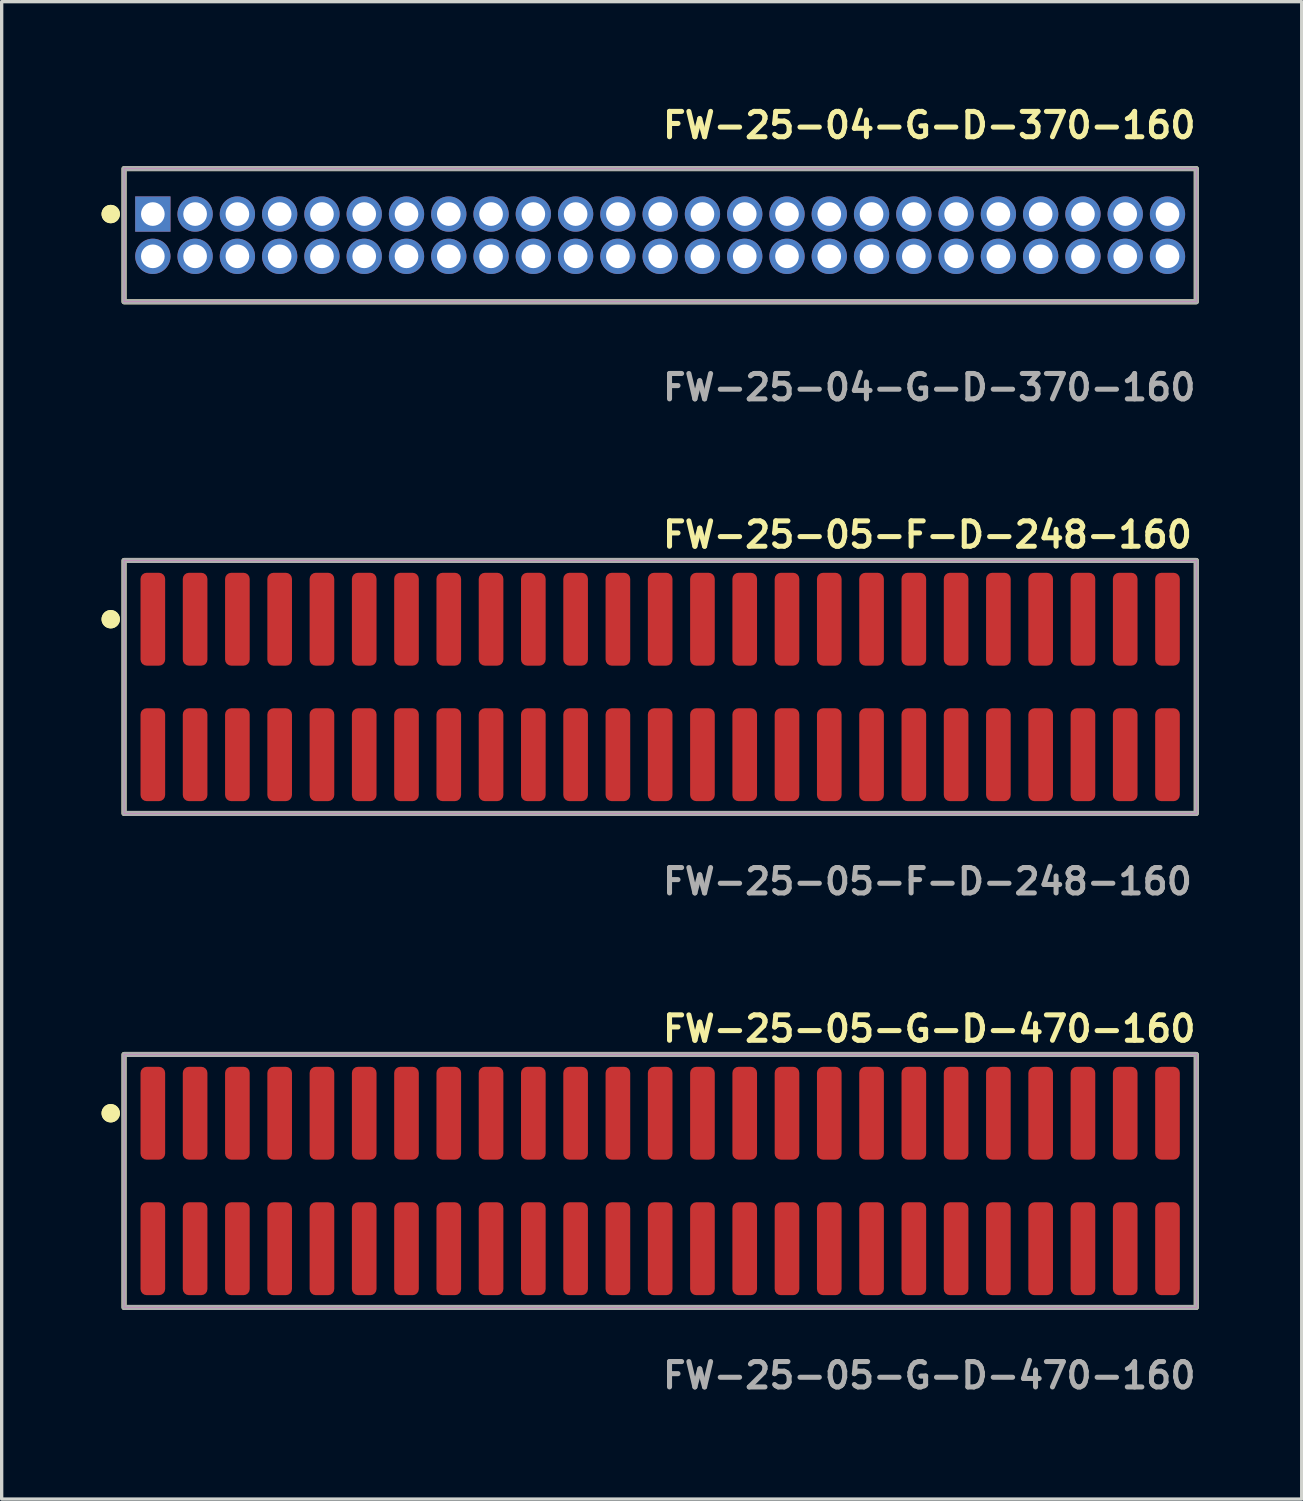
<source format=kicad_pcb>
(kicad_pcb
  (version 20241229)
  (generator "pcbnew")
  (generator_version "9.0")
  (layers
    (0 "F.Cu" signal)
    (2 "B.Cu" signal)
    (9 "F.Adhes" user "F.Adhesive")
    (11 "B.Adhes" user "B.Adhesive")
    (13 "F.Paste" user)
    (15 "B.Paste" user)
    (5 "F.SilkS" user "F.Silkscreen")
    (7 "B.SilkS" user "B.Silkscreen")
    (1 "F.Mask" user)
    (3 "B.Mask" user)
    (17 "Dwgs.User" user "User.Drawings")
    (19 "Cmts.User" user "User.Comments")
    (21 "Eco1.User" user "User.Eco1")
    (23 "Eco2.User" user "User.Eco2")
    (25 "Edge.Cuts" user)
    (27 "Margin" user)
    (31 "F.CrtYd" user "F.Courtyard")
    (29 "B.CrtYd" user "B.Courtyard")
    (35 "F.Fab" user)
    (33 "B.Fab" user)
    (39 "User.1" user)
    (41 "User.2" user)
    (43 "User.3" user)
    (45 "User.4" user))
  (footprint "FW-25-04-G-D-370-160"
    (layer "F.Cu")
    (at 16.781 4.015)
    (property "Reference" "FW-25-04-G-D-370-160" (at 0 -3.302 0) (unlocked yes) (layer "F.SilkS") (effects (font (size 0.762 0.762) (thickness 0.152)) (justify left)))
    (fp_rect (start -16.105 2) (end 16.105 -2) (stroke (width 0.152) (type solid)) (fill no) (layer "F.SilkS"))
    (fp_circle (center -16.505 -0.635) (end -16.705 -0.635) (stroke (width 0.152) (type solid)) (fill yes) (layer "F.SilkS"))
    (fp_circle (center -16.505 -0.635) (end -16.705 -0.635) (stroke (width 0.152) (type solid)) (fill yes) (layer "F.SilkS"))
    (fp_rect (start -16.105 2) (end 16.105 -2) (stroke (width 0.006) (type solid)) (fill no) (layer "F.CrtYd"))
    (fp_rect (start -16.105 2) (end 16.105 -2) (stroke (width 0.152) (type solid)) (fill no) (layer "F.Fab"))
    (fp_text user "${REFERENCE}" (at 0 4.572 0) (unlocked yes) (layer "F.Fab") (effects (font (size 0.762 0.762) (thickness 0.152)) (justify left)))
    (pad "1" thru_hole rect (at -15.24 -0.635) (size 1.06 1.06) (drill 0.71) (layers "*.Cu" "*.Mask"))
    (pad "2" thru_hole circle (at -15.24 0.635) (size 1.06 1.06) (drill 0.71) (layers "*.Cu" "*.Mask"))
    (pad "3" thru_hole circle (at -13.97 -0.635) (size 1.06 1.06) (drill 0.71) (layers "*.Cu" "*.Mask"))
    (pad "4" thru_hole circle (at -13.97 0.635) (size 1.06 1.06) (drill 0.71) (layers "*.Cu" "*.Mask"))
    (pad "5" thru_hole circle (at -12.7 -0.635) (size 1.06 1.06) (drill 0.71) (layers "*.Cu" "*.Mask"))
    (pad "6" thru_hole circle (at -12.7 0.635) (size 1.06 1.06) (drill 0.71) (layers "*.Cu" "*.Mask"))
    (pad "7" thru_hole circle (at -11.43 -0.635) (size 1.06 1.06) (drill 0.71) (layers "*.Cu" "*.Mask"))
    (pad "8" thru_hole circle (at -11.43 0.635) (size 1.06 1.06) (drill 0.71) (layers "*.Cu" "*.Mask"))
    (pad "9" thru_hole circle (at -10.16 -0.635) (size 1.06 1.06) (drill 0.71) (layers "*.Cu" "*.Mask"))
    (pad "10" thru_hole circle (at -10.16 0.635) (size 1.06 1.06) (drill 0.71) (layers "*.Cu" "*.Mask"))
    (pad "11" thru_hole circle (at -8.89 -0.635) (size 1.06 1.06) (drill 0.71) (layers "*.Cu" "*.Mask"))
    (pad "12" thru_hole circle (at -8.89 0.635) (size 1.06 1.06) (drill 0.71) (layers "*.Cu" "*.Mask"))
    (pad "13" thru_hole circle (at -7.62 -0.635) (size 1.06 1.06) (drill 0.71) (layers "*.Cu" "*.Mask"))
    (pad "14" thru_hole circle (at -7.62 0.635) (size 1.06 1.06) (drill 0.71) (layers "*.Cu" "*.Mask"))
    (pad "15" thru_hole circle (at -6.35 -0.635) (size 1.06 1.06) (drill 0.71) (layers "*.Cu" "*.Mask"))
    (pad "16" thru_hole circle (at -6.35 0.635) (size 1.06 1.06) (drill 0.71) (layers "*.Cu" "*.Mask"))
    (pad "17" thru_hole circle (at -5.08 -0.635) (size 1.06 1.06) (drill 0.71) (layers "*.Cu" "*.Mask"))
    (pad "18" thru_hole circle (at -5.08 0.635) (size 1.06 1.06) (drill 0.71) (layers "*.Cu" "*.Mask"))
    (pad "19" thru_hole circle (at -3.81 -0.635) (size 1.06 1.06) (drill 0.71) (layers "*.Cu" "*.Mask"))
    (pad "20" thru_hole circle (at -3.81 0.635) (size 1.06 1.06) (drill 0.71) (layers "*.Cu" "*.Mask"))
    (pad "21" thru_hole circle (at -2.54 -0.635) (size 1.06 1.06) (drill 0.71) (layers "*.Cu" "*.Mask"))
    (pad "22" thru_hole circle (at -2.54 0.635) (size 1.06 1.06) (drill 0.71) (layers "*.Cu" "*.Mask"))
    (pad "23" thru_hole circle (at -1.27 -0.635) (size 1.06 1.06) (drill 0.71) (layers "*.Cu" "*.Mask"))
    (pad "24" thru_hole circle (at -1.27 0.635) (size 1.06 1.06) (drill 0.71) (layers "*.Cu" "*.Mask"))
    (pad "25" thru_hole circle (at 0 -0.635) (size 1.06 1.06) (drill 0.71) (layers "*.Cu" "*.Mask"))
    (pad "26" thru_hole circle (at 0 0.635) (size 1.06 1.06) (drill 0.71) (layers "*.Cu" "*.Mask"))
    (pad "27" thru_hole circle (at 1.27 -0.635) (size 1.06 1.06) (drill 0.71) (layers "*.Cu" "*.Mask"))
    (pad "28" thru_hole circle (at 1.27 0.635) (size 1.06 1.06) (drill 0.71) (layers "*.Cu" "*.Mask"))
    (pad "29" thru_hole circle (at 2.54 -0.635) (size 1.06 1.06) (drill 0.71) (layers "*.Cu" "*.Mask"))
    (pad "30" thru_hole circle (at 2.54 0.635) (size 1.06 1.06) (drill 0.71) (layers "*.Cu" "*.Mask"))
    (pad "31" thru_hole circle (at 3.81 -0.635) (size 1.06 1.06) (drill 0.71) (layers "*.Cu" "*.Mask"))
    (pad "32" thru_hole circle (at 3.81 0.635) (size 1.06 1.06) (drill 0.71) (layers "*.Cu" "*.Mask"))
    (pad "33" thru_hole circle (at 5.08 -0.635) (size 1.06 1.06) (drill 0.71) (layers "*.Cu" "*.Mask"))
    (pad "34" thru_hole circle (at 5.08 0.635) (size 1.06 1.06) (drill 0.71) (layers "*.Cu" "*.Mask"))
    (pad "35" thru_hole circle (at 6.35 -0.635) (size 1.06 1.06) (drill 0.71) (layers "*.Cu" "*.Mask"))
    (pad "36" thru_hole circle (at 6.35 0.635) (size 1.06 1.06) (drill 0.71) (layers "*.Cu" "*.Mask"))
    (pad "37" thru_hole circle (at 7.62 -0.635) (size 1.06 1.06) (drill 0.71) (layers "*.Cu" "*.Mask"))
    (pad "38" thru_hole circle (at 7.62 0.635) (size 1.06 1.06) (drill 0.71) (layers "*.Cu" "*.Mask"))
    (pad "39" thru_hole circle (at 8.89 -0.635) (size 1.06 1.06) (drill 0.71) (layers "*.Cu" "*.Mask"))
    (pad "40" thru_hole circle (at 8.89 0.635) (size 1.06 1.06) (drill 0.71) (layers "*.Cu" "*.Mask"))
    (pad "41" thru_hole circle (at 10.16 -0.635) (size 1.06 1.06) (drill 0.71) (layers "*.Cu" "*.Mask"))
    (pad "42" thru_hole circle (at 10.16 0.635) (size 1.06 1.06) (drill 0.71) (layers "*.Cu" "*.Mask"))
    (pad "43" thru_hole circle (at 11.43 -0.635) (size 1.06 1.06) (drill 0.71) (layers "*.Cu" "*.Mask"))
    (pad "44" thru_hole circle (at 11.43 0.635) (size 1.06 1.06) (drill 0.71) (layers "*.Cu" "*.Mask"))
    (pad "45" thru_hole circle (at 12.7 -0.635) (size 1.06 1.06) (drill 0.71) (layers "*.Cu" "*.Mask"))
    (pad "46" thru_hole circle (at 12.7 0.635) (size 1.06 1.06) (drill 0.71) (layers "*.Cu" "*.Mask"))
    (pad "47" thru_hole circle (at 13.97 -0.635) (size 1.06 1.06) (drill 0.71) (layers "*.Cu" "*.Mask"))
    (pad "48" thru_hole circle (at 13.97 0.635) (size 1.06 1.06) (drill 0.71) (layers "*.Cu" "*.Mask"))
    (pad "49" thru_hole circle (at 15.24 -0.635) (size 1.06 1.06) (drill 0.71) (layers "*.Cu" "*.Mask"))
    (pad "50" thru_hole circle (at 15.24 0.635) (size 1.06 1.06) (drill 0.71) (layers "*.Cu" "*.Mask")))
  (footprint "FW-25-05-F-D-248-160"
    (layer "F.Cu")
    (at 16.781 17.586)
    (property "Reference" "FW-25-05-F-D-248-160" (at 0 -4.572 0) (unlocked yes) (layer "F.SilkS") (effects (font (size 0.762 0.762) (thickness 0.152)) (justify left)))
    (fp_rect (start -16.105 3.8) (end 16.105 -3.8) (stroke (width 0.152) (type solid)) (fill no) (layer "F.SilkS"))
    (fp_circle (center -16.505 -2.035) (end -16.705 -2.035) (stroke (width 0.152) (type solid)) (fill yes) (layer "F.SilkS"))
    (fp_circle (center -16.505 -2.035) (end -16.705 -2.035) (stroke (width 0.152) (type solid)) (fill yes) (layer "F.SilkS"))
    (fp_rect (start -16.105 3.8) (end 16.105 -3.8) (stroke (width 0.006) (type solid)) (fill no) (layer "F.CrtYd"))
    (fp_rect (start -16.105 3.8) (end 16.105 -3.8) (stroke (width 0.152) (type solid)) (fill no) (layer "F.Fab"))
    (fp_text user "${REFERENCE}" (at 0 5.842 0) (unlocked yes) (layer "F.Fab") (effects (font (size 0.762 0.762) (thickness 0.152)) (justify left)))
    (pad "1" smd roundrect (at -15.24 -2.035) (size 0.74 2.79) (layers "F.Cu" "F.Paste") (roundrect_rratio 0.25))
    (pad "2" smd roundrect (at -15.24 2.035) (size 0.74 2.79) (layers "F.Cu" "F.Paste") (roundrect_rratio 0.25))
    (pad "3" smd roundrect (at -13.97 -2.035) (size 0.74 2.79) (layers "F.Cu" "F.Paste") (roundrect_rratio 0.25))
    (pad "4" smd roundrect (at -13.97 2.035) (size 0.74 2.79) (layers "F.Cu" "F.Paste") (roundrect_rratio 0.25))
    (pad "5" smd roundrect (at -12.7 -2.035) (size 0.74 2.79) (layers "F.Cu" "F.Paste") (roundrect_rratio 0.25))
    (pad "6" smd roundrect (at -12.7 2.035) (size 0.74 2.79) (layers "F.Cu" "F.Paste") (roundrect_rratio 0.25))
    (pad "7" smd roundrect (at -11.43 -2.035) (size 0.74 2.79) (layers "F.Cu" "F.Paste") (roundrect_rratio 0.25))
    (pad "8" smd roundrect (at -11.43 2.035) (size 0.74 2.79) (layers "F.Cu" "F.Paste") (roundrect_rratio 0.25))
    (pad "9" smd roundrect (at -10.16 -2.035) (size 0.74 2.79) (layers "F.Cu" "F.Paste") (roundrect_rratio 0.25))
    (pad "10" smd roundrect (at -10.16 2.035) (size 0.74 2.79) (layers "F.Cu" "F.Paste") (roundrect_rratio 0.25))
    (pad "11" smd roundrect (at -8.89 -2.035) (size 0.74 2.79) (layers "F.Cu" "F.Paste") (roundrect_rratio 0.25))
    (pad "12" smd roundrect (at -8.89 2.035) (size 0.74 2.79) (layers "F.Cu" "F.Paste") (roundrect_rratio 0.25))
    (pad "13" smd roundrect (at -7.62 -2.035) (size 0.74 2.79) (layers "F.Cu" "F.Paste") (roundrect_rratio 0.25))
    (pad "14" smd roundrect (at -7.62 2.035) (size 0.74 2.79) (layers "F.Cu" "F.Paste") (roundrect_rratio 0.25))
    (pad "15" smd roundrect (at -6.35 -2.035) (size 0.74 2.79) (layers "F.Cu" "F.Paste") (roundrect_rratio 0.25))
    (pad "16" smd roundrect (at -6.35 2.035) (size 0.74 2.79) (layers "F.Cu" "F.Paste") (roundrect_rratio 0.25))
    (pad "17" smd roundrect (at -5.08 -2.035) (size 0.74 2.79) (layers "F.Cu" "F.Paste") (roundrect_rratio 0.25))
    (pad "18" smd roundrect (at -5.08 2.035) (size 0.74 2.79) (layers "F.Cu" "F.Paste") (roundrect_rratio 0.25))
    (pad "19" smd roundrect (at -3.81 -2.035) (size 0.74 2.79) (layers "F.Cu" "F.Paste") (roundrect_rratio 0.25))
    (pad "20" smd roundrect (at -3.81 2.035) (size 0.74 2.79) (layers "F.Cu" "F.Paste") (roundrect_rratio 0.25))
    (pad "21" smd roundrect (at -2.54 -2.035) (size 0.74 2.79) (layers "F.Cu" "F.Paste") (roundrect_rratio 0.25))
    (pad "22" smd roundrect (at -2.54 2.035) (size 0.74 2.79) (layers "F.Cu" "F.Paste") (roundrect_rratio 0.25))
    (pad "23" smd roundrect (at -1.27 -2.035) (size 0.74 2.79) (layers "F.Cu" "F.Paste") (roundrect_rratio 0.25))
    (pad "24" smd roundrect (at -1.27 2.035) (size 0.74 2.79) (layers "F.Cu" "F.Paste") (roundrect_rratio 0.25))
    (pad "25" smd roundrect (at 0 -2.035) (size 0.74 2.79) (layers "F.Cu" "F.Paste") (roundrect_rratio 0.25))
    (pad "26" smd roundrect (at 0 2.035) (size 0.74 2.79) (layers "F.Cu" "F.Paste") (roundrect_rratio 0.25))
    (pad "27" smd roundrect (at 1.27 -2.035) (size 0.74 2.79) (layers "F.Cu" "F.Paste") (roundrect_rratio 0.25))
    (pad "28" smd roundrect (at 1.27 2.035) (size 0.74 2.79) (layers "F.Cu" "F.Paste") (roundrect_rratio 0.25))
    (pad "29" smd roundrect (at 2.54 -2.035) (size 0.74 2.79) (layers "F.Cu" "F.Paste") (roundrect_rratio 0.25))
    (pad "30" smd roundrect (at 2.54 2.035) (size 0.74 2.79) (layers "F.Cu" "F.Paste") (roundrect_rratio 0.25))
    (pad "31" smd roundrect (at 3.81 -2.035) (size 0.74 2.79) (layers "F.Cu" "F.Paste") (roundrect_rratio 0.25))
    (pad "32" smd roundrect (at 3.81 2.035) (size 0.74 2.79) (layers "F.Cu" "F.Paste") (roundrect_rratio 0.25))
    (pad "33" smd roundrect (at 5.08 -2.035) (size 0.74 2.79) (layers "F.Cu" "F.Paste") (roundrect_rratio 0.25))
    (pad "34" smd roundrect (at 5.08 2.035) (size 0.74 2.79) (layers "F.Cu" "F.Paste") (roundrect_rratio 0.25))
    (pad "35" smd roundrect (at 6.35 -2.035) (size 0.74 2.79) (layers "F.Cu" "F.Paste") (roundrect_rratio 0.25))
    (pad "36" smd roundrect (at 6.35 2.035) (size 0.74 2.79) (layers "F.Cu" "F.Paste") (roundrect_rratio 0.25))
    (pad "37" smd roundrect (at 7.62 -2.035) (size 0.74 2.79) (layers "F.Cu" "F.Paste") (roundrect_rratio 0.25))
    (pad "38" smd roundrect (at 7.62 2.035) (size 0.74 2.79) (layers "F.Cu" "F.Paste") (roundrect_rratio 0.25))
    (pad "39" smd roundrect (at 8.89 -2.035) (size 0.74 2.79) (layers "F.Cu" "F.Paste") (roundrect_rratio 0.25))
    (pad "40" smd roundrect (at 8.89 2.035) (size 0.74 2.79) (layers "F.Cu" "F.Paste") (roundrect_rratio 0.25))
    (pad "41" smd roundrect (at 10.16 -2.035) (size 0.74 2.79) (layers "F.Cu" "F.Paste") (roundrect_rratio 0.25))
    (pad "42" smd roundrect (at 10.16 2.035) (size 0.74 2.79) (layers "F.Cu" "F.Paste") (roundrect_rratio 0.25))
    (pad "43" smd roundrect (at 11.43 -2.035) (size 0.74 2.79) (layers "F.Cu" "F.Paste") (roundrect_rratio 0.25))
    (pad "44" smd roundrect (at 11.43 2.035) (size 0.74 2.79) (layers "F.Cu" "F.Paste") (roundrect_rratio 0.25))
    (pad "45" smd roundrect (at 12.7 -2.035) (size 0.74 2.79) (layers "F.Cu" "F.Paste") (roundrect_rratio 0.25))
    (pad "46" smd roundrect (at 12.7 2.035) (size 0.74 2.79) (layers "F.Cu" "F.Paste") (roundrect_rratio 0.25))
    (pad "47" smd roundrect (at 13.97 -2.035) (size 0.74 2.79) (layers "F.Cu" "F.Paste") (roundrect_rratio 0.25))
    (pad "48" smd roundrect (at 13.97 2.035) (size 0.74 2.79) (layers "F.Cu" "F.Paste") (roundrect_rratio 0.25))
    (pad "49" smd roundrect (at 15.24 -2.035) (size 0.74 2.79) (layers "F.Cu" "F.Paste") (roundrect_rratio 0.25))
    (pad "50" smd roundrect (at 15.24 2.035) (size 0.74 2.79) (layers "F.Cu" "F.Paste") (roundrect_rratio 0.25)))
  (footprint "FW-25-05-G-D-470-160"
    (layer "F.Cu")
    (at 16.781 32.426)
    (property "Reference" "FW-25-05-G-D-470-160" (at 0 -4.572 0) (unlocked yes) (layer "F.SilkS") (effects (font (size 0.762 0.762) (thickness 0.152)) (justify left)))
    (fp_rect (start -16.105 3.8) (end 16.105 -3.8) (stroke (width 0.152) (type solid)) (fill no) (layer "F.SilkS"))
    (fp_circle (center -16.505 -2.035) (end -16.705 -2.035) (stroke (width 0.152) (type solid)) (fill yes) (layer "F.SilkS"))
    (fp_circle (center -16.505 -2.035) (end -16.705 -2.035) (stroke (width 0.152) (type solid)) (fill yes) (layer "F.SilkS"))
    (fp_rect (start -16.105 3.8) (end 16.105 -3.8) (stroke (width 0.006) (type solid)) (fill no) (layer "F.CrtYd"))
    (fp_rect (start -16.105 3.8) (end 16.105 -3.8) (stroke (width 0.152) (type solid)) (fill no) (layer "F.Fab"))
    (fp_text user "${REFERENCE}" (at 0 5.842 0) (unlocked yes) (layer "F.Fab") (effects (font (size 0.762 0.762) (thickness 0.152)) (justify left)))
    (pad "1" smd roundrect (at -15.24 -2.035) (size 0.74 2.79) (layers "F.Cu" "F.Paste") (roundrect_rratio 0.25))
    (pad "2" smd roundrect (at -15.24 2.035) (size 0.74 2.79) (layers "F.Cu" "F.Paste") (roundrect_rratio 0.25))
    (pad "3" smd roundrect (at -13.97 -2.035) (size 0.74 2.79) (layers "F.Cu" "F.Paste") (roundrect_rratio 0.25))
    (pad "4" smd roundrect (at -13.97 2.035) (size 0.74 2.79) (layers "F.Cu" "F.Paste") (roundrect_rratio 0.25))
    (pad "5" smd roundrect (at -12.7 -2.035) (size 0.74 2.79) (layers "F.Cu" "F.Paste") (roundrect_rratio 0.25))
    (pad "6" smd roundrect (at -12.7 2.035) (size 0.74 2.79) (layers "F.Cu" "F.Paste") (roundrect_rratio 0.25))
    (pad "7" smd roundrect (at -11.43 -2.035) (size 0.74 2.79) (layers "F.Cu" "F.Paste") (roundrect_rratio 0.25))
    (pad "8" smd roundrect (at -11.43 2.035) (size 0.74 2.79) (layers "F.Cu" "F.Paste") (roundrect_rratio 0.25))
    (pad "9" smd roundrect (at -10.16 -2.035) (size 0.74 2.79) (layers "F.Cu" "F.Paste") (roundrect_rratio 0.25))
    (pad "10" smd roundrect (at -10.16 2.035) (size 0.74 2.79) (layers "F.Cu" "F.Paste") (roundrect_rratio 0.25))
    (pad "11" smd roundrect (at -8.89 -2.035) (size 0.74 2.79) (layers "F.Cu" "F.Paste") (roundrect_rratio 0.25))
    (pad "12" smd roundrect (at -8.89 2.035) (size 0.74 2.79) (layers "F.Cu" "F.Paste") (roundrect_rratio 0.25))
    (pad "13" smd roundrect (at -7.62 -2.035) (size 0.74 2.79) (layers "F.Cu" "F.Paste") (roundrect_rratio 0.25))
    (pad "14" smd roundrect (at -7.62 2.035) (size 0.74 2.79) (layers "F.Cu" "F.Paste") (roundrect_rratio 0.25))
    (pad "15" smd roundrect (at -6.35 -2.035) (size 0.74 2.79) (layers "F.Cu" "F.Paste") (roundrect_rratio 0.25))
    (pad "16" smd roundrect (at -6.35 2.035) (size 0.74 2.79) (layers "F.Cu" "F.Paste") (roundrect_rratio 0.25))
    (pad "17" smd roundrect (at -5.08 -2.035) (size 0.74 2.79) (layers "F.Cu" "F.Paste") (roundrect_rratio 0.25))
    (pad "18" smd roundrect (at -5.08 2.035) (size 0.74 2.79) (layers "F.Cu" "F.Paste") (roundrect_rratio 0.25))
    (pad "19" smd roundrect (at -3.81 -2.035) (size 0.74 2.79) (layers "F.Cu" "F.Paste") (roundrect_rratio 0.25))
    (pad "20" smd roundrect (at -3.81 2.035) (size 0.74 2.79) (layers "F.Cu" "F.Paste") (roundrect_rratio 0.25))
    (pad "21" smd roundrect (at -2.54 -2.035) (size 0.74 2.79) (layers "F.Cu" "F.Paste") (roundrect_rratio 0.25))
    (pad "22" smd roundrect (at -2.54 2.035) (size 0.74 2.79) (layers "F.Cu" "F.Paste") (roundrect_rratio 0.25))
    (pad "23" smd roundrect (at -1.27 -2.035) (size 0.74 2.79) (layers "F.Cu" "F.Paste") (roundrect_rratio 0.25))
    (pad "24" smd roundrect (at -1.27 2.035) (size 0.74 2.79) (layers "F.Cu" "F.Paste") (roundrect_rratio 0.25))
    (pad "25" smd roundrect (at 0 -2.035) (size 0.74 2.79) (layers "F.Cu" "F.Paste") (roundrect_rratio 0.25))
    (pad "26" smd roundrect (at 0 2.035) (size 0.74 2.79) (layers "F.Cu" "F.Paste") (roundrect_rratio 0.25))
    (pad "27" smd roundrect (at 1.27 -2.035) (size 0.74 2.79) (layers "F.Cu" "F.Paste") (roundrect_rratio 0.25))
    (pad "28" smd roundrect (at 1.27 2.035) (size 0.74 2.79) (layers "F.Cu" "F.Paste") (roundrect_rratio 0.25))
    (pad "29" smd roundrect (at 2.54 -2.035) (size 0.74 2.79) (layers "F.Cu" "F.Paste") (roundrect_rratio 0.25))
    (pad "30" smd roundrect (at 2.54 2.035) (size 0.74 2.79) (layers "F.Cu" "F.Paste") (roundrect_rratio 0.25))
    (pad "31" smd roundrect (at 3.81 -2.035) (size 0.74 2.79) (layers "F.Cu" "F.Paste") (roundrect_rratio 0.25))
    (pad "32" smd roundrect (at 3.81 2.035) (size 0.74 2.79) (layers "F.Cu" "F.Paste") (roundrect_rratio 0.25))
    (pad "33" smd roundrect (at 5.08 -2.035) (size 0.74 2.79) (layers "F.Cu" "F.Paste") (roundrect_rratio 0.25))
    (pad "34" smd roundrect (at 5.08 2.035) (size 0.74 2.79) (layers "F.Cu" "F.Paste") (roundrect_rratio 0.25))
    (pad "35" smd roundrect (at 6.35 -2.035) (size 0.74 2.79) (layers "F.Cu" "F.Paste") (roundrect_rratio 0.25))
    (pad "36" smd roundrect (at 6.35 2.035) (size 0.74 2.79) (layers "F.Cu" "F.Paste") (roundrect_rratio 0.25))
    (pad "37" smd roundrect (at 7.62 -2.035) (size 0.74 2.79) (layers "F.Cu" "F.Paste") (roundrect_rratio 0.25))
    (pad "38" smd roundrect (at 7.62 2.035) (size 0.74 2.79) (layers "F.Cu" "F.Paste") (roundrect_rratio 0.25))
    (pad "39" smd roundrect (at 8.89 -2.035) (size 0.74 2.79) (layers "F.Cu" "F.Paste") (roundrect_rratio 0.25))
    (pad "40" smd roundrect (at 8.89 2.035) (size 0.74 2.79) (layers "F.Cu" "F.Paste") (roundrect_rratio 0.25))
    (pad "41" smd roundrect (at 10.16 -2.035) (size 0.74 2.79) (layers "F.Cu" "F.Paste") (roundrect_rratio 0.25))
    (pad "42" smd roundrect (at 10.16 2.035) (size 0.74 2.79) (layers "F.Cu" "F.Paste") (roundrect_rratio 0.25))
    (pad "43" smd roundrect (at 11.43 -2.035) (size 0.74 2.79) (layers "F.Cu" "F.Paste") (roundrect_rratio 0.25))
    (pad "44" smd roundrect (at 11.43 2.035) (size 0.74 2.79) (layers "F.Cu" "F.Paste") (roundrect_rratio 0.25))
    (pad "45" smd roundrect (at 12.7 -2.035) (size 0.74 2.79) (layers "F.Cu" "F.Paste") (roundrect_rratio 0.25))
    (pad "46" smd roundrect (at 12.7 2.035) (size 0.74 2.79) (layers "F.Cu" "F.Paste") (roundrect_rratio 0.25))
    (pad "47" smd roundrect (at 13.97 -2.035) (size 0.74 2.79) (layers "F.Cu" "F.Paste") (roundrect_rratio 0.25))
    (pad "48" smd roundrect (at 13.97 2.035) (size 0.74 2.79) (layers "F.Cu" "F.Paste") (roundrect_rratio 0.25))
    (pad "49" smd roundrect (at 15.24 -2.035) (size 0.74 2.79) (layers "F.Cu" "F.Paste") (roundrect_rratio 0.25))
    (pad "50" smd roundrect (at 15.24 2.035) (size 0.74 2.79) (layers "F.Cu" "F.Paste") (roundrect_rratio 0.25)))
  (gr_rect
    (start -3 -3)
    (end 36.052 41.981)
    (stroke (width 0.1) (type default))
    (fill no)
    (layer "Edge.Cuts")))
</source>
